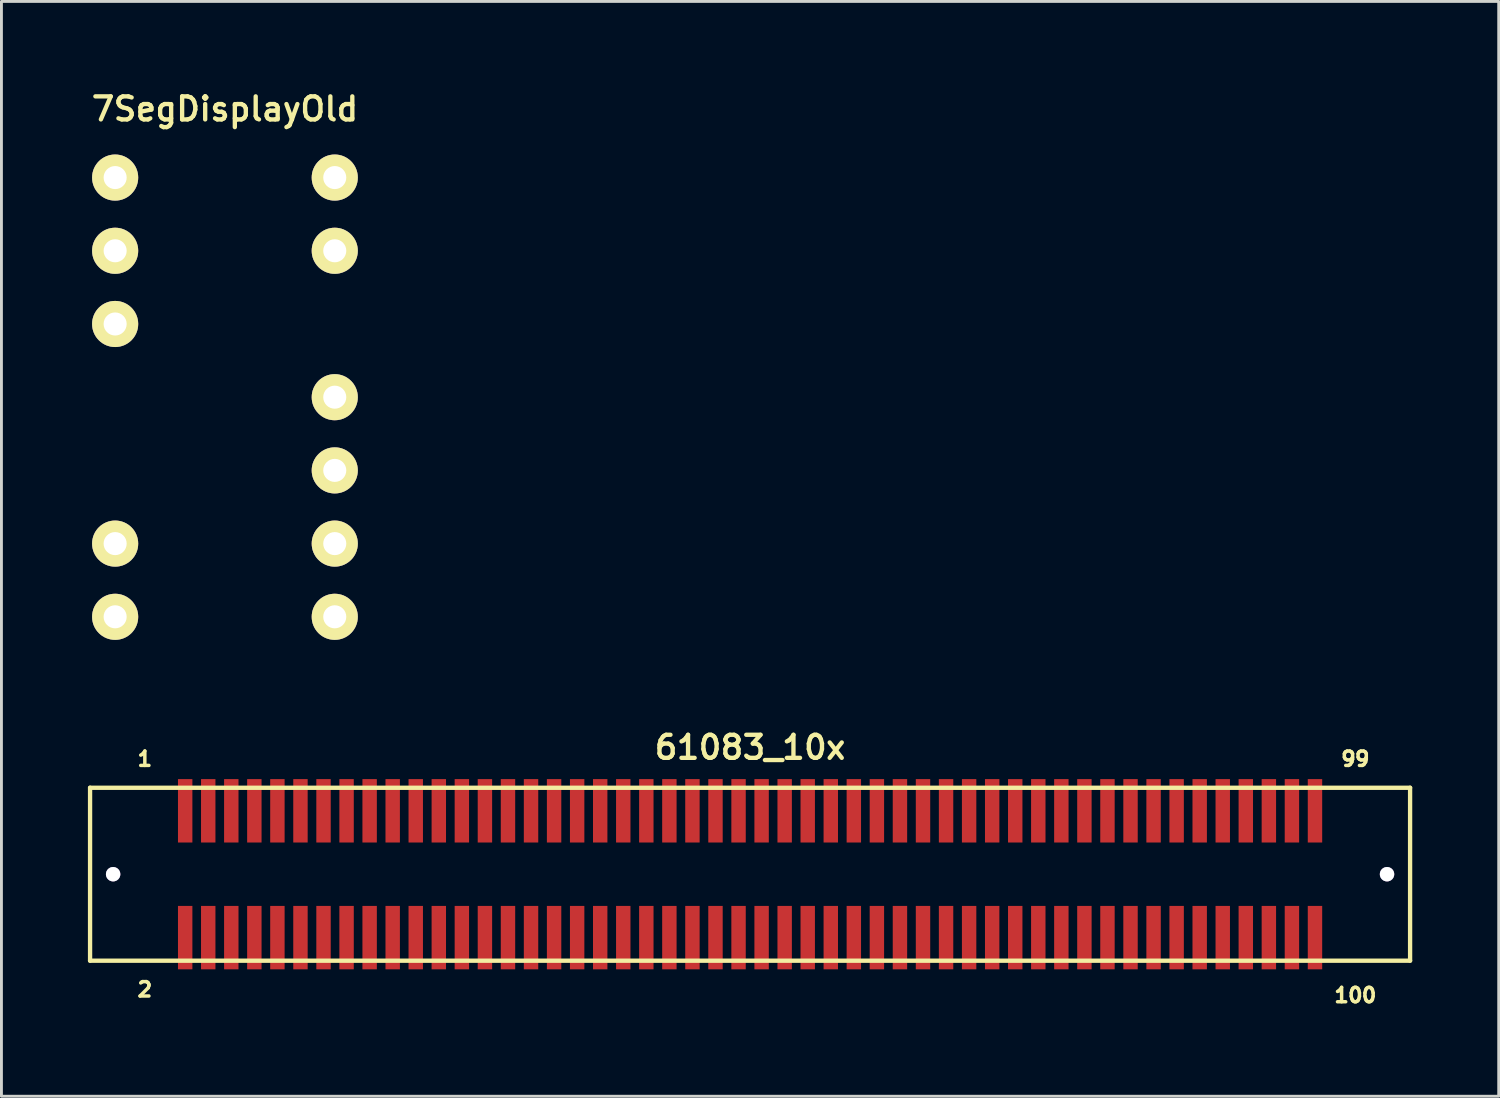
<source format=kicad_pcb>
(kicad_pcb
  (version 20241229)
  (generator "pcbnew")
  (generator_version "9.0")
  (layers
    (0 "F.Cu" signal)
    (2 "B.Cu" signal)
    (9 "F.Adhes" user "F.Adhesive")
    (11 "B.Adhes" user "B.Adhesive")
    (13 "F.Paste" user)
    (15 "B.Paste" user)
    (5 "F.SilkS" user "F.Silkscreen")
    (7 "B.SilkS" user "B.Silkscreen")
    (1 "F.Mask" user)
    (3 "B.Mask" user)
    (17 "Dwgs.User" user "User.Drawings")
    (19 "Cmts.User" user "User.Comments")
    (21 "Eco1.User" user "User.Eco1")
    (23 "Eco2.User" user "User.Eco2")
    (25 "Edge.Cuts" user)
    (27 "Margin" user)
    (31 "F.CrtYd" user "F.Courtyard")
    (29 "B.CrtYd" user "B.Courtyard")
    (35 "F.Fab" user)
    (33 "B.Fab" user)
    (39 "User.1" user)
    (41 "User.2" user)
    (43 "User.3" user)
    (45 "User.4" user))
  (footprint "61083_10x"
    (layer "F.Cu")
    (at 22.975 27.282)
    (property "Reference" "61083_10x" (at 0 -4.4 0) (layer "F.SilkS") (effects (font (size 0.8 0.8) (thickness 0.15))))
    (attr through_hole)
    (fp_line (start -22.9 -3) (end 22.9 -3) (stroke (width 0.15) (type solid)) (layer "F.SilkS"))
    (fp_line (start -22.9 3) (end -22.9 -3) (stroke (width 0.15) (type solid)) (layer "F.SilkS"))
    (fp_line (start 22.9 -3) (end 22.9 3) (stroke (width 0.15) (type solid)) (layer "F.SilkS"))
    (fp_line (start 22.9 3) (end -22.9 3) (stroke (width 0.15) (type solid)) (layer "F.SilkS"))
    (fp_text user "2" (at -21 4 0) (layer "F.SilkS") (effects (font (size 0.5 0.5) (thickness 0.12))))
    (fp_text user "100" (at 21 4.2 0) (layer "F.SilkS") (effects (font (size 0.5 0.5) (thickness 0.12))))
    (fp_text user "99" (at 21 -4 0) (layer "F.SilkS") (effects (font (size 0.5 0.5) (thickness 0.12))))
    (fp_text user "1" (at -21 -4 0) (layer "F.SilkS") (effects (font (size 0.5 0.5) (thickness 0.12))))
    (pad "1" smd rect (at -19.6 -2.2) (size 0.5 2.2) (layers "F.Cu" "F.Mask" "F.Paste"))
    (pad "2" smd rect (at -19.6 2.2) (size 0.5 2.2) (layers "F.Cu" "F.Mask" "F.Paste"))
    (pad "3" smd rect (at -18.8 -2.2) (size 0.5 2.2) (layers "F.Cu" "F.Mask" "F.Paste"))
    (pad "4" smd rect (at -18.8 2.2) (size 0.5 2.2) (layers "F.Cu" "F.Mask" "F.Paste"))
    (pad "5" smd rect (at -18 -2.2) (size 0.5 2.2) (layers "F.Cu" "F.Mask" "F.Paste"))
    (pad "6" smd rect (at -18 2.2) (size 0.5 2.2) (layers "F.Cu" "F.Mask" "F.Paste"))
    (pad "7" smd rect (at -17.2 -2.2) (size 0.5 2.2) (layers "F.Cu" "F.Mask" "F.Paste"))
    (pad "8" smd rect (at -17.2 2.2) (size 0.5 2.2) (layers "F.Cu" "F.Mask" "F.Paste"))
    (pad "9" smd rect (at -16.4 -2.2) (size 0.5 2.2) (layers "F.Cu" "F.Mask" "F.Paste"))
    (pad "10" smd rect (at -16.4 2.2) (size 0.5 2.2) (layers "F.Cu" "F.Mask" "F.Paste"))
    (pad "11" smd rect (at -15.6 -2.2) (size 0.5 2.2) (layers "F.Cu" "F.Mask" "F.Paste"))
    (pad "12" smd rect (at -15.6 2.2) (size 0.5 2.2) (layers "F.Cu" "F.Mask" "F.Paste"))
    (pad "13" smd rect (at -14.8 -2.2) (size 0.5 2.2) (layers "F.Cu" "F.Mask" "F.Paste"))
    (pad "14" smd rect (at -14.8 2.2) (size 0.5 2.2) (layers "F.Cu" "F.Mask" "F.Paste"))
    (pad "15" smd rect (at -14 -2.2) (size 0.5 2.2) (layers "F.Cu" "F.Mask" "F.Paste"))
    (pad "16" smd rect (at -14 2.2) (size 0.5 2.2) (layers "F.Cu" "F.Mask" "F.Paste"))
    (pad "17" smd rect (at -13.2 -2.2) (size 0.5 2.2) (layers "F.Cu" "F.Mask" "F.Paste"))
    (pad "18" smd rect (at -13.2 2.2) (size 0.5 2.2) (layers "F.Cu" "F.Mask" "F.Paste"))
    (pad "19" smd rect (at -12.4 -2.2) (size 0.5 2.2) (layers "F.Cu" "F.Mask" "F.Paste"))
    (pad "20" smd rect (at -12.4 2.2) (size 0.5 2.2) (layers "F.Cu" "F.Mask" "F.Paste"))
    (pad "21" smd rect (at -11.6 -2.2) (size 0.5 2.2) (layers "F.Cu" "F.Mask" "F.Paste"))
    (pad "22" smd rect (at -11.6 2.2) (size 0.5 2.2) (layers "F.Cu" "F.Mask" "F.Paste"))
    (pad "23" smd rect (at -10.8 -2.2) (size 0.5 2.2) (layers "F.Cu" "F.Mask" "F.Paste"))
    (pad "24" smd rect (at -10.8 2.2) (size 0.5 2.2) (layers "F.Cu" "F.Mask" "F.Paste"))
    (pad "25" smd rect (at -10 -2.2) (size 0.5 2.2) (layers "F.Cu" "F.Mask" "F.Paste"))
    (pad "26" smd rect (at -10 2.2) (size 0.5 2.2) (layers "F.Cu" "F.Mask" "F.Paste"))
    (pad "27" smd rect (at -9.2 -2.2) (size 0.5 2.2) (layers "F.Cu" "F.Mask" "F.Paste"))
    (pad "28" smd rect (at -9.2 2.2) (size 0.5 2.2) (layers "F.Cu" "F.Mask" "F.Paste"))
    (pad "29" smd rect (at -8.4 -2.2) (size 0.5 2.2) (layers "F.Cu" "F.Mask" "F.Paste"))
    (pad "30" smd rect (at -8.4 2.2) (size 0.5 2.2) (layers "F.Cu" "F.Mask" "F.Paste"))
    (pad "31" smd rect (at -7.6 -2.2) (size 0.5 2.2) (layers "F.Cu" "F.Mask" "F.Paste"))
    (pad "32" smd rect (at -7.6 2.2) (size 0.5 2.2) (layers "F.Cu" "F.Mask" "F.Paste"))
    (pad "33" smd rect (at -6.8 -2.2) (size 0.5 2.2) (layers "F.Cu" "F.Mask" "F.Paste"))
    (pad "34" smd rect (at -6.8 2.2) (size 0.5 2.2) (layers "F.Cu" "F.Mask" "F.Paste"))
    (pad "35" smd rect (at -6 -2.2) (size 0.5 2.2) (layers "F.Cu" "F.Mask" "F.Paste"))
    (pad "36" smd rect (at -6 2.2) (size 0.5 2.2) (layers "F.Cu" "F.Mask" "F.Paste"))
    (pad "37" smd rect (at -5.2 -2.2) (size 0.5 2.2) (layers "F.Cu" "F.Mask" "F.Paste"))
    (pad "38" smd rect (at -5.2 2.2) (size 0.5 2.2) (layers "F.Cu" "F.Mask" "F.Paste"))
    (pad "39" smd rect (at -4.4 -2.2) (size 0.5 2.2) (layers "F.Cu" "F.Mask" "F.Paste"))
    (pad "40" smd rect (at -4.4 2.2) (size 0.5 2.2) (layers "F.Cu" "F.Mask" "F.Paste"))
    (pad "41" smd rect (at -3.6 -2.2) (size 0.5 2.2) (layers "F.Cu" "F.Mask" "F.Paste"))
    (pad "42" smd rect (at -3.6 2.2) (size 0.5 2.2) (layers "F.Cu" "F.Mask" "F.Paste"))
    (pad "43" smd rect (at -2.8 -2.2) (size 0.5 2.2) (layers "F.Cu" "F.Mask" "F.Paste"))
    (pad "44" smd rect (at -2.8 2.2) (size 0.5 2.2) (layers "F.Cu" "F.Mask" "F.Paste"))
    (pad "45" smd rect (at -2 -2.2) (size 0.5 2.2) (layers "F.Cu" "F.Mask" "F.Paste"))
    (pad "46" smd rect (at -2 2.2) (size 0.5 2.2) (layers "F.Cu" "F.Mask" "F.Paste"))
    (pad "47" smd rect (at -1.2 -2.2) (size 0.5 2.2) (layers "F.Cu" "F.Mask" "F.Paste"))
    (pad "48" smd rect (at -1.2 2.2) (size 0.5 2.2) (layers "F.Cu" "F.Mask" "F.Paste"))
    (pad "49" smd rect (at -0.4 -2.2) (size 0.5 2.2) (layers "F.Cu" "F.Mask" "F.Paste"))
    (pad "50" smd rect (at -0.4 2.2) (size 0.5 2.2) (layers "F.Cu" "F.Mask" "F.Paste"))
    (pad "51" smd rect (at 0.4 -2.2) (size 0.5 2.2) (layers "F.Cu" "F.Mask" "F.Paste"))
    (pad "52" smd rect (at 0.4 2.2) (size 0.5 2.2) (layers "F.Cu" "F.Mask" "F.Paste"))
    (pad "53" smd rect (at 1.2 -2.2) (size 0.5 2.2) (layers "F.Cu" "F.Mask" "F.Paste"))
    (pad "54" smd rect (at 1.2 2.2) (size 0.5 2.2) (layers "F.Cu" "F.Mask" "F.Paste"))
    (pad "55" smd rect (at 2 -2.2) (size 0.5 2.2) (layers "F.Cu" "F.Mask" "F.Paste"))
    (pad "56" smd rect (at 2 2.2) (size 0.5 2.2) (layers "F.Cu" "F.Mask" "F.Paste"))
    (pad "57" smd rect (at 2.8 -2.2) (size 0.5 2.2) (layers "F.Cu" "F.Mask" "F.Paste"))
    (pad "58" smd rect (at 2.8 2.2) (size 0.5 2.2) (layers "F.Cu" "F.Mask" "F.Paste"))
    (pad "59" smd rect (at 3.6 -2.2) (size 0.5 2.2) (layers "F.Cu" "F.Mask" "F.Paste"))
    (pad "60" smd rect (at 3.6 2.2) (size 0.5 2.2) (layers "F.Cu" "F.Mask" "F.Paste"))
    (pad "61" smd rect (at 4.4 -2.2) (size 0.5 2.2) (layers "F.Cu" "F.Mask" "F.Paste"))
    (pad "62" smd rect (at 4.4 2.2) (size 0.5 2.2) (layers "F.Cu" "F.Mask" "F.Paste"))
    (pad "63" smd rect (at 5.2 -2.2) (size 0.5 2.2) (layers "F.Cu" "F.Mask" "F.Paste"))
    (pad "64" smd rect (at 5.2 2.2) (size 0.5 2.2) (layers "F.Cu" "F.Mask" "F.Paste"))
    (pad "65" smd rect (at 6 -2.2) (size 0.5 2.2) (layers "F.Cu" "F.Mask" "F.Paste"))
    (pad "66" smd rect (at 6 2.2) (size 0.5 2.2) (layers "F.Cu" "F.Mask" "F.Paste"))
    (pad "67" smd rect (at 6.8 -2.2) (size 0.5 2.2) (layers "F.Cu" "F.Mask" "F.Paste"))
    (pad "68" smd rect (at 6.8 2.2) (size 0.5 2.2) (layers "F.Cu" "F.Mask" "F.Paste"))
    (pad "69" smd rect (at 7.6 -2.2) (size 0.5 2.2) (layers "F.Cu" "F.Mask" "F.Paste"))
    (pad "70" smd rect (at 7.6 2.2) (size 0.5 2.2) (layers "F.Cu" "F.Mask" "F.Paste"))
    (pad "71" smd rect (at 8.4 -2.2) (size 0.5 2.2) (layers "F.Cu" "F.Mask" "F.Paste"))
    (pad "72" smd rect (at 8.4 2.2) (size 0.5 2.2) (layers "F.Cu" "F.Mask" "F.Paste"))
    (pad "73" smd rect (at 9.2 -2.2) (size 0.5 2.2) (layers "F.Cu" "F.Mask" "F.Paste"))
    (pad "74" smd rect (at 9.2 2.2) (size 0.5 2.2) (layers "F.Cu" "F.Mask" "F.Paste"))
    (pad "75" smd rect (at 10 -2.2) (size 0.5 2.2) (layers "F.Cu" "F.Mask" "F.Paste"))
    (pad "76" smd rect (at 10 2.2) (size 0.5 2.2) (layers "F.Cu" "F.Mask" "F.Paste"))
    (pad "77" smd rect (at 10.8 -2.2) (size 0.5 2.2) (layers "F.Cu" "F.Mask" "F.Paste"))
    (pad "78" smd rect (at 10.8 2.2) (size 0.5 2.2) (layers "F.Cu" "F.Mask" "F.Paste"))
    (pad "79" smd rect (at 11.6 -2.2) (size 0.5 2.2) (layers "F.Cu" "F.Mask" "F.Paste"))
    (pad "80" smd rect (at 11.6 2.2) (size 0.5 2.2) (layers "F.Cu" "F.Mask" "F.Paste"))
    (pad "81" smd rect (at 12.4 -2.2) (size 0.5 2.2) (layers "F.Cu" "F.Mask" "F.Paste"))
    (pad "82" smd rect (at 12.4 2.2) (size 0.5 2.2) (layers "F.Cu" "F.Mask" "F.Paste"))
    (pad "83" smd rect (at 13.2 -2.2) (size 0.5 2.2) (layers "F.Cu" "F.Mask" "F.Paste"))
    (pad "84" smd rect (at 13.2 2.2) (size 0.5 2.2) (layers "F.Cu" "F.Mask" "F.Paste"))
    (pad "85" smd rect (at 14 -2.2) (size 0.5 2.2) (layers "F.Cu" "F.Mask" "F.Paste"))
    (pad "86" smd rect (at 14 2.2) (size 0.5 2.2) (layers "F.Cu" "F.Mask" "F.Paste"))
    (pad "87" smd rect (at 14.8 -2.2) (size 0.5 2.2) (layers "F.Cu" "F.Mask" "F.Paste"))
    (pad "88" smd rect (at 14.8 2.2) (size 0.5 2.2) (layers "F.Cu" "F.Mask" "F.Paste"))
    (pad "89" smd rect (at 15.6 -2.2) (size 0.5 2.2) (layers "F.Cu" "F.Mask" "F.Paste"))
    (pad "90" smd rect (at 15.6 2.2) (size 0.5 2.2) (layers "F.Cu" "F.Mask" "F.Paste"))
    (pad "91" smd rect (at 16.4 -2.2) (size 0.5 2.2) (layers "F.Cu" "F.Mask" "F.Paste"))
    (pad "92" smd rect (at 16.4 2.2) (size 0.5 2.2) (layers "F.Cu" "F.Mask" "F.Paste"))
    (pad "93" smd rect (at 17.2 -2.2) (size 0.5 2.2) (layers "F.Cu" "F.Mask" "F.Paste"))
    (pad "94" smd rect (at 17.2 2.2) (size 0.5 2.2) (layers "F.Cu" "F.Mask" "F.Paste"))
    (pad "95" smd rect (at 18 -2.2) (size 0.5 2.2) (layers "F.Cu" "F.Mask" "F.Paste"))
    (pad "96" smd rect (at 18 2.2) (size 0.5 2.2) (layers "F.Cu" "F.Mask" "F.Paste"))
    (pad "97" smd rect (at 18.8 -2.2) (size 0.5 2.2) (layers "F.Cu" "F.Mask" "F.Paste"))
    (pad "98" smd rect (at 18.8 2.2) (size 0.5 2.2) (layers "F.Cu" "F.Mask" "F.Paste"))
    (pad "99" smd rect (at 19.6 -2.2) (size 0.5 2.2) (layers "F.Cu" "F.Mask" "F.Paste"))
    (pad "100" smd rect (at 19.6 2.2) (size 0.5 2.2) (layers "F.Cu" "F.Mask" "F.Paste"))
    (pad "~" thru_hole circle (at -22.1 0) (size 0.5 0.5) (drill 0.8) (layers "*.Cu" "*.Mask"))
    (pad "~" thru_hole circle (at 22.1 0) (size 0.5 0.5) (drill 1.2) (layers "*.Cu" "*.Mask")))
  (footprint "7SegDisplayOld"
    (layer "F.Cu")
    (at 4.755 10.731)
    (property "Reference" "7SegDisplayOld" (at 0 -10 0) (layer "F.SilkS") (effects (font (size 0.8 0.8) (thickness 0.15))))
    (attr through_hole)
    (pad "1" thru_hole oval (at -3.81 7.62) (size 1.6 1.6) (drill 0.8) (layers "*.Cu" "*.Mask" "F.SilkS"))
    (pad "2" thru_hole oval (at 3.81 7.62) (size 1.6 1.6) (drill 0.8) (layers "*.Cu" "*.Mask" "F.SilkS"))
    (pad "3" thru_hole oval (at -3.81 -2.54) (size 1.6 1.6) (drill 0.8) (layers "*.Cu" "*.Mask" "F.SilkS"))
    (pad "4" thru_hole oval (at 3.81 2.54) (size 1.6 1.6) (drill 0.8) (layers "*.Cu" "*.Mask" "F.SilkS"))
    (pad "5" thru_hole oval (at -3.81 5.08) (size 1.6 1.6) (drill 0.8) (layers "*.Cu" "*.Mask" "F.SilkS"))
    (pad "6" thru_hole oval (at 3.81 -5.08) (size 1.6 1.6) (drill 0.8) (layers "*.Cu" "*.Mask" "F.SilkS"))
    (pad "7" thru_hole oval (at -3.81 -7.62) (size 1.6 1.6) (drill 0.8) (layers "*.Cu" "*.Mask" "F.SilkS"))
    (pad "8" thru_hole oval (at 3.81 -7.62) (size 1.6 1.6) (drill 0.8) (layers "*.Cu" "*.Mask" "F.SilkS"))
    (pad "9" thru_hole oval (at -3.81 -5.08) (size 1.6 1.6) (drill 0.8) (layers "*.Cu" "*.Mask" "F.SilkS"))
    (pad "10" thru_hole oval (at 3.81 0) (size 1.6 1.6) (drill 0.8) (layers "*.Cu" "*.Mask" "F.SilkS"))
    (pad "11" thru_hole oval (at 3.81 5.08) (size 1.6 1.6) (drill 0.8) (layers "*.Cu" "*.Mask" "F.SilkS")))
  (gr_rect
    (start -3 -3)
    (end 48.95 34.986)
    (stroke (width 0.1) (type default))
    (fill no)
    (layer "Edge.Cuts")))
</source>
